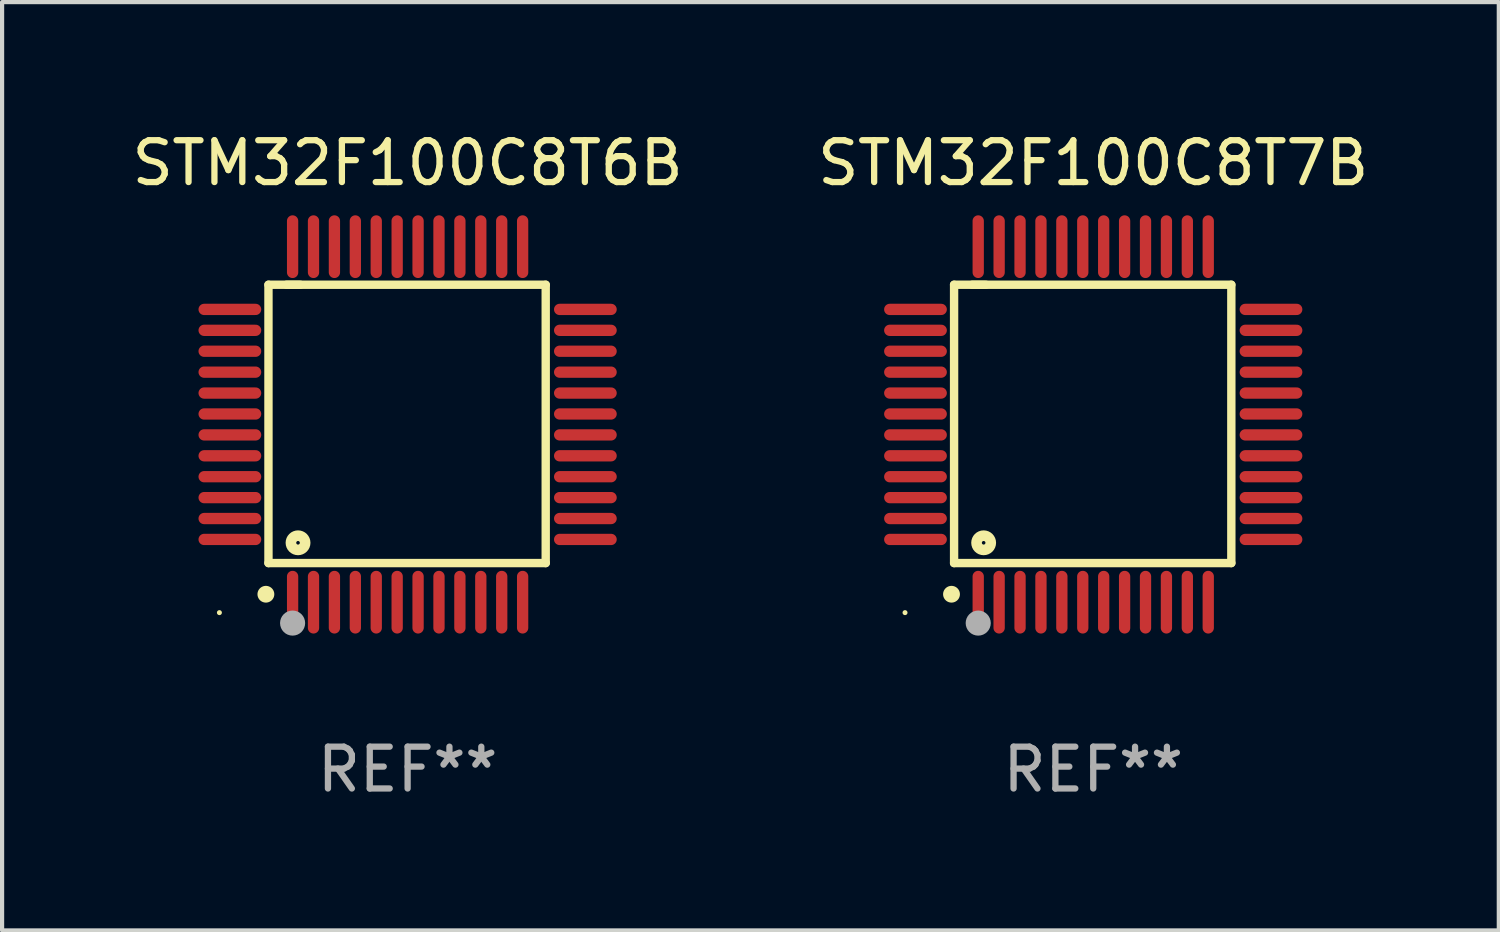
<source format=kicad_pcb>
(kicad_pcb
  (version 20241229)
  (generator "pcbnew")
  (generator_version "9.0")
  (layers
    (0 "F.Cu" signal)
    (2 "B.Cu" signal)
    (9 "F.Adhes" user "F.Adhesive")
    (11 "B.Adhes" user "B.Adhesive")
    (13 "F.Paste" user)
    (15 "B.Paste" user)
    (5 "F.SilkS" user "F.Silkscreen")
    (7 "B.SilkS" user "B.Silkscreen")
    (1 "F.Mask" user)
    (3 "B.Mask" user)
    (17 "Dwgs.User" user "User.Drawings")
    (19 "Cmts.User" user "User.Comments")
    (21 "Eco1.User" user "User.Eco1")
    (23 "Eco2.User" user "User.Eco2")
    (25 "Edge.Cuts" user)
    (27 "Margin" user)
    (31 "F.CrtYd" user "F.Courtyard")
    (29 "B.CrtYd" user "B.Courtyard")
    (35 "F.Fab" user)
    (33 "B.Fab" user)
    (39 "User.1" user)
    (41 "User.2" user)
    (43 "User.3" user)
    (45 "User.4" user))
  (footprint "STM32F100C8T7B"
    (layer "F.Cu")
    (at 23.089 7.098)
    (property "Reference" "STM32F100C8T7B" (at 0 -6.25 0) (layer "F.SilkS") (effects (font (size 1 1) (thickness 0.15))))
    (attr through_hole)
    (fp_line (start -3.327 -3.34) (end -2.565 -3.34) (stroke (width 0.2) (type solid)) (layer "F.SilkS"))
    (fp_line (start -3.327 3.315) (end -3.327 -3.34) (stroke (width 0.2) (type solid)) (layer "F.SilkS"))
    (fp_line (start -2.896 -3.34) (end 3.302 -3.34) (stroke (width 0.2) (type solid)) (layer "F.SilkS"))
    (fp_line (start 3.302 -3.34) (end 3.302 3.315) (stroke (width 0.2) (type solid)) (layer "F.SilkS"))
    (fp_line (start 3.302 3.315) (end -3.327 3.315) (stroke (width 0.2) (type solid)) (layer "F.SilkS"))
    (fp_arc (start -3.389992 4.059995) (mid -3.388722 4.059991) (end -3.387452 4.059995) (stroke (width 0.4) (type solid)) (layer "F.SilkS"))
    (fp_circle (center -4.5 4.5) (end -4.47 4.5) (stroke (width 0.06) (type solid)) (fill no) (layer "F.SilkS"))
    (fp_circle (center -2.62 2.83) (end -2.45 2.83) (stroke (width 0.254) (type solid)) (fill no) (layer "F.SilkS"))
    (fp_circle (center -2.75 4.75) (end -2.6 4.75) (stroke (width 0.3) (type solid)) (fill no) (layer "F.Fab"))
    (fp_text user "REF**" (at 0 8.25 0) (layer "F.Fab") (effects (font (size 1 1) (thickness 0.15))))
    (pad "1" smd oval (at -2.75 4.25) (size 0.27 1.5) (layers "F.Cu" "F.Mask" "F.Paste"))
    (pad "2" smd oval (at -2.25 4.25) (size 0.27 1.5) (layers "F.Cu" "F.Mask" "F.Paste"))
    (pad "3" smd oval (at -1.75 4.25) (size 0.27 1.5) (layers "F.Cu" "F.Mask" "F.Paste"))
    (pad "4" smd oval (at -1.25 4.25) (size 0.27 1.5) (layers "F.Cu" "F.Mask" "F.Paste"))
    (pad "5" smd oval (at -0.75 4.25) (size 0.27 1.5) (layers "F.Cu" "F.Mask" "F.Paste"))
    (pad "6" smd oval (at -0.25 4.25) (size 0.27 1.5) (layers "F.Cu" "F.Mask" "F.Paste"))
    (pad "7" smd oval (at 0.25 4.25) (size 0.27 1.5) (layers "F.Cu" "F.Mask" "F.Paste"))
    (pad "8" smd oval (at 0.75 4.25) (size 0.27 1.5) (layers "F.Cu" "F.Mask" "F.Paste"))
    (pad "9" smd oval (at 1.25 4.25) (size 0.27 1.5) (layers "F.Cu" "F.Mask" "F.Paste"))
    (pad "10" smd oval (at 1.75 4.25) (size 0.27 1.5) (layers "F.Cu" "F.Mask" "F.Paste"))
    (pad "11" smd oval (at 2.25 4.25) (size 0.27 1.5) (layers "F.Cu" "F.Mask" "F.Paste"))
    (pad "12" smd oval (at 2.75 4.25) (size 0.27 1.5) (layers "F.Cu" "F.Mask" "F.Paste"))
    (pad "13" smd oval (at 4.25 2.75) (size 1.5 0.27) (layers "F.Cu" "F.Mask" "F.Paste"))
    (pad "14" smd oval (at 4.25 2.25) (size 1.5 0.27) (layers "F.Cu" "F.Mask" "F.Paste"))
    (pad "15" smd oval (at 4.25 1.75) (size 1.5 0.27) (layers "F.Cu" "F.Mask" "F.Paste"))
    (pad "16" smd oval (at 4.25 1.25) (size 1.5 0.27) (layers "F.Cu" "F.Mask" "F.Paste"))
    (pad "17" smd oval (at 4.25 0.75) (size 1.5 0.27) (layers "F.Cu" "F.Mask" "F.Paste"))
    (pad "18" smd oval (at 4.25 0.25) (size 1.5 0.27) (layers "F.Cu" "F.Mask" "F.Paste"))
    (pad "19" smd oval (at 4.25 -0.25) (size 1.5 0.27) (layers "F.Cu" "F.Mask" "F.Paste"))
    (pad "20" smd oval (at 4.25 -0.75) (size 1.5 0.27) (layers "F.Cu" "F.Mask" "F.Paste"))
    (pad "21" smd oval (at 4.25 -1.25) (size 1.5 0.27) (layers "F.Cu" "F.Mask" "F.Paste"))
    (pad "22" smd oval (at 4.25 -1.75) (size 1.5 0.27) (layers "F.Cu" "F.Mask" "F.Paste"))
    (pad "23" smd oval (at 4.25 -2.25) (size 1.5 0.27) (layers "F.Cu" "F.Mask" "F.Paste"))
    (pad "24" smd oval (at 4.25 -2.75) (size 1.5 0.27) (layers "F.Cu" "F.Mask" "F.Paste"))
    (pad "25" smd oval (at 2.75 -4.25) (size 0.27 1.5) (layers "F.Cu" "F.Mask" "F.Paste"))
    (pad "26" smd oval (at 2.25 -4.25) (size 0.27 1.5) (layers "F.Cu" "F.Mask" "F.Paste"))
    (pad "27" smd oval (at 1.75 -4.25) (size 0.27 1.5) (layers "F.Cu" "F.Mask" "F.Paste"))
    (pad "28" smd oval (at 1.25 -4.25) (size 0.27 1.5) (layers "F.Cu" "F.Mask" "F.Paste"))
    (pad "29" smd oval (at 0.75 -4.25) (size 0.27 1.5) (layers "F.Cu" "F.Mask" "F.Paste"))
    (pad "30" smd oval (at 0.25 -4.25) (size 0.27 1.5) (layers "F.Cu" "F.Mask" "F.Paste"))
    (pad "31" smd oval (at -0.25 -4.25) (size 0.27 1.5) (layers "F.Cu" "F.Mask" "F.Paste"))
    (pad "32" smd oval (at -0.75 -4.25) (size 0.27 1.5) (layers "F.Cu" "F.Mask" "F.Paste"))
    (pad "33" smd oval (at -1.25 -4.25) (size 0.27 1.5) (layers "F.Cu" "F.Mask" "F.Paste"))
    (pad "34" smd oval (at -1.75 -4.25) (size 0.27 1.5) (layers "F.Cu" "F.Mask" "F.Paste"))
    (pad "35" smd oval (at -2.25 -4.25) (size 0.27 1.5) (layers "F.Cu" "F.Mask" "F.Paste"))
    (pad "36" smd oval (at -2.75 -4.25) (size 0.27 1.5) (layers "F.Cu" "F.Mask" "F.Paste"))
    (pad "37" smd oval (at -4.25 -2.75) (size 1.5 0.27) (layers "F.Cu" "F.Mask" "F.Paste"))
    (pad "38" smd oval (at -4.25 -2.25) (size 1.5 0.27) (layers "F.Cu" "F.Mask" "F.Paste"))
    (pad "39" smd oval (at -4.25 -1.75) (size 1.5 0.27) (layers "F.Cu" "F.Mask" "F.Paste"))
    (pad "40" smd oval (at -4.25 -1.25) (size 1.5 0.27) (layers "F.Cu" "F.Mask" "F.Paste"))
    (pad "41" smd oval (at -4.25 -0.75) (size 1.5 0.27) (layers "F.Cu" "F.Mask" "F.Paste"))
    (pad "42" smd oval (at -4.25 -0.25) (size 1.5 0.27) (layers "F.Cu" "F.Mask" "F.Paste"))
    (pad "43" smd oval (at -4.25 0.25) (size 1.5 0.27) (layers "F.Cu" "F.Mask" "F.Paste"))
    (pad "44" smd oval (at -4.25 0.75) (size 1.5 0.27) (layers "F.Cu" "F.Mask" "F.Paste"))
    (pad "45" smd oval (at -4.25 1.25) (size 1.5 0.27) (layers "F.Cu" "F.Mask" "F.Paste"))
    (pad "46" smd oval (at -4.25 1.75) (size 1.5 0.27) (layers "F.Cu" "F.Mask" "F.Paste"))
    (pad "47" smd oval (at -4.25 2.25) (size 1.5 0.27) (layers "F.Cu" "F.Mask" "F.Paste"))
    (pad "48" smd oval (at -4.25 2.75) (size 1.5 0.27) (layers "F.Cu" "F.Mask" "F.Paste")))
  (footprint "STM32F100C8T6B"
    (layer "F.Cu")
    (at 6.696 7.098)
    (property "Reference" "STM32F100C8T6B" (at 0 -6.25 0) (layer "F.SilkS") (effects (font (size 1 1) (thickness 0.15))))
    (attr through_hole)
    (fp_line (start -3.327 -3.34) (end -2.565 -3.34) (stroke (width 0.2) (type solid)) (layer "F.SilkS"))
    (fp_line (start -3.327 3.315) (end -3.327 -3.34) (stroke (width 0.2) (type solid)) (layer "F.SilkS"))
    (fp_line (start -2.896 -3.34) (end 3.302 -3.34) (stroke (width 0.2) (type solid)) (layer "F.SilkS"))
    (fp_line (start 3.302 -3.34) (end 3.302 3.315) (stroke (width 0.2) (type solid)) (layer "F.SilkS"))
    (fp_line (start 3.302 3.315) (end -3.327 3.315) (stroke (width 0.2) (type solid)) (layer "F.SilkS"))
    (fp_arc (start -3.389992 4.059995) (mid -3.388722 4.059991) (end -3.387452 4.059995) (stroke (width 0.4) (type solid)) (layer "F.SilkS"))
    (fp_circle (center -4.5 4.5) (end -4.47 4.5) (stroke (width 0.06) (type solid)) (fill no) (layer "F.SilkS"))
    (fp_circle (center -2.62 2.83) (end -2.45 2.83) (stroke (width 0.254) (type solid)) (fill no) (layer "F.SilkS"))
    (fp_circle (center -2.75 4.75) (end -2.6 4.75) (stroke (width 0.3) (type solid)) (fill no) (layer "F.Fab"))
    (fp_text user "REF**" (at 0 8.25 0) (layer "F.Fab") (effects (font (size 1 1) (thickness 0.15))))
    (pad "1" smd oval (at -2.75 4.25) (size 0.27 1.5) (layers "F.Cu" "F.Mask" "F.Paste"))
    (pad "2" smd oval (at -2.25 4.25) (size 0.27 1.5) (layers "F.Cu" "F.Mask" "F.Paste"))
    (pad "3" smd oval (at -1.75 4.25) (size 0.27 1.5) (layers "F.Cu" "F.Mask" "F.Paste"))
    (pad "4" smd oval (at -1.25 4.25) (size 0.27 1.5) (layers "F.Cu" "F.Mask" "F.Paste"))
    (pad "5" smd oval (at -0.75 4.25) (size 0.27 1.5) (layers "F.Cu" "F.Mask" "F.Paste"))
    (pad "6" smd oval (at -0.25 4.25) (size 0.27 1.5) (layers "F.Cu" "F.Mask" "F.Paste"))
    (pad "7" smd oval (at 0.25 4.25) (size 0.27 1.5) (layers "F.Cu" "F.Mask" "F.Paste"))
    (pad "8" smd oval (at 0.75 4.25) (size 0.27 1.5) (layers "F.Cu" "F.Mask" "F.Paste"))
    (pad "9" smd oval (at 1.25 4.25) (size 0.27 1.5) (layers "F.Cu" "F.Mask" "F.Paste"))
    (pad "10" smd oval (at 1.75 4.25) (size 0.27 1.5) (layers "F.Cu" "F.Mask" "F.Paste"))
    (pad "11" smd oval (at 2.25 4.25) (size 0.27 1.5) (layers "F.Cu" "F.Mask" "F.Paste"))
    (pad "12" smd oval (at 2.75 4.25) (size 0.27 1.5) (layers "F.Cu" "F.Mask" "F.Paste"))
    (pad "13" smd oval (at 4.25 2.75) (size 1.5 0.27) (layers "F.Cu" "F.Mask" "F.Paste"))
    (pad "14" smd oval (at 4.25 2.25) (size 1.5 0.27) (layers "F.Cu" "F.Mask" "F.Paste"))
    (pad "15" smd oval (at 4.25 1.75) (size 1.5 0.27) (layers "F.Cu" "F.Mask" "F.Paste"))
    (pad "16" smd oval (at 4.25 1.25) (size 1.5 0.27) (layers "F.Cu" "F.Mask" "F.Paste"))
    (pad "17" smd oval (at 4.25 0.75) (size 1.5 0.27) (layers "F.Cu" "F.Mask" "F.Paste"))
    (pad "18" smd oval (at 4.25 0.25) (size 1.5 0.27) (layers "F.Cu" "F.Mask" "F.Paste"))
    (pad "19" smd oval (at 4.25 -0.25) (size 1.5 0.27) (layers "F.Cu" "F.Mask" "F.Paste"))
    (pad "20" smd oval (at 4.25 -0.75) (size 1.5 0.27) (layers "F.Cu" "F.Mask" "F.Paste"))
    (pad "21" smd oval (at 4.25 -1.25) (size 1.5 0.27) (layers "F.Cu" "F.Mask" "F.Paste"))
    (pad "22" smd oval (at 4.25 -1.75) (size 1.5 0.27) (layers "F.Cu" "F.Mask" "F.Paste"))
    (pad "23" smd oval (at 4.25 -2.25) (size 1.5 0.27) (layers "F.Cu" "F.Mask" "F.Paste"))
    (pad "24" smd oval (at 4.25 -2.75) (size 1.5 0.27) (layers "F.Cu" "F.Mask" "F.Paste"))
    (pad "25" smd oval (at 2.75 -4.25) (size 0.27 1.5) (layers "F.Cu" "F.Mask" "F.Paste"))
    (pad "26" smd oval (at 2.25 -4.25) (size 0.27 1.5) (layers "F.Cu" "F.Mask" "F.Paste"))
    (pad "27" smd oval (at 1.75 -4.25) (size 0.27 1.5) (layers "F.Cu" "F.Mask" "F.Paste"))
    (pad "28" smd oval (at 1.25 -4.25) (size 0.27 1.5) (layers "F.Cu" "F.Mask" "F.Paste"))
    (pad "29" smd oval (at 0.75 -4.25) (size 0.27 1.5) (layers "F.Cu" "F.Mask" "F.Paste"))
    (pad "30" smd oval (at 0.25 -4.25) (size 0.27 1.5) (layers "F.Cu" "F.Mask" "F.Paste"))
    (pad "31" smd oval (at -0.25 -4.25) (size 0.27 1.5) (layers "F.Cu" "F.Mask" "F.Paste"))
    (pad "32" smd oval (at -0.75 -4.25) (size 0.27 1.5) (layers "F.Cu" "F.Mask" "F.Paste"))
    (pad "33" smd oval (at -1.25 -4.25) (size 0.27 1.5) (layers "F.Cu" "F.Mask" "F.Paste"))
    (pad "34" smd oval (at -1.75 -4.25) (size 0.27 1.5) (layers "F.Cu" "F.Mask" "F.Paste"))
    (pad "35" smd oval (at -2.25 -4.25) (size 0.27 1.5) (layers "F.Cu" "F.Mask" "F.Paste"))
    (pad "36" smd oval (at -2.75 -4.25) (size 0.27 1.5) (layers "F.Cu" "F.Mask" "F.Paste"))
    (pad "37" smd oval (at -4.25 -2.75) (size 1.5 0.27) (layers "F.Cu" "F.Mask" "F.Paste"))
    (pad "38" smd oval (at -4.25 -2.25) (size 1.5 0.27) (layers "F.Cu" "F.Mask" "F.Paste"))
    (pad "39" smd oval (at -4.25 -1.75) (size 1.5 0.27) (layers "F.Cu" "F.Mask" "F.Paste"))
    (pad "40" smd oval (at -4.25 -1.25) (size 1.5 0.27) (layers "F.Cu" "F.Mask" "F.Paste"))
    (pad "41" smd oval (at -4.25 -0.75) (size 1.5 0.27) (layers "F.Cu" "F.Mask" "F.Paste"))
    (pad "42" smd oval (at -4.25 -0.25) (size 1.5 0.27) (layers "F.Cu" "F.Mask" "F.Paste"))
    (pad "43" smd oval (at -4.25 0.25) (size 1.5 0.27) (layers "F.Cu" "F.Mask" "F.Paste"))
    (pad "44" smd oval (at -4.25 0.75) (size 1.5 0.27) (layers "F.Cu" "F.Mask" "F.Paste"))
    (pad "45" smd oval (at -4.25 1.25) (size 1.5 0.27) (layers "F.Cu" "F.Mask" "F.Paste"))
    (pad "46" smd oval (at -4.25 1.75) (size 1.5 0.27) (layers "F.Cu" "F.Mask" "F.Paste"))
    (pad "47" smd oval (at -4.25 2.25) (size 1.5 0.27) (layers "F.Cu" "F.Mask" "F.Paste"))
    (pad "48" smd oval (at -4.25 2.75) (size 1.5 0.27) (layers "F.Cu" "F.Mask" "F.Paste")))
  (gr_rect
    (start -3 -3)
    (end 32.786 19.196)
    (stroke (width 0.1) (type default))
    (fill no)
    (layer "Edge.Cuts")))
</source>
